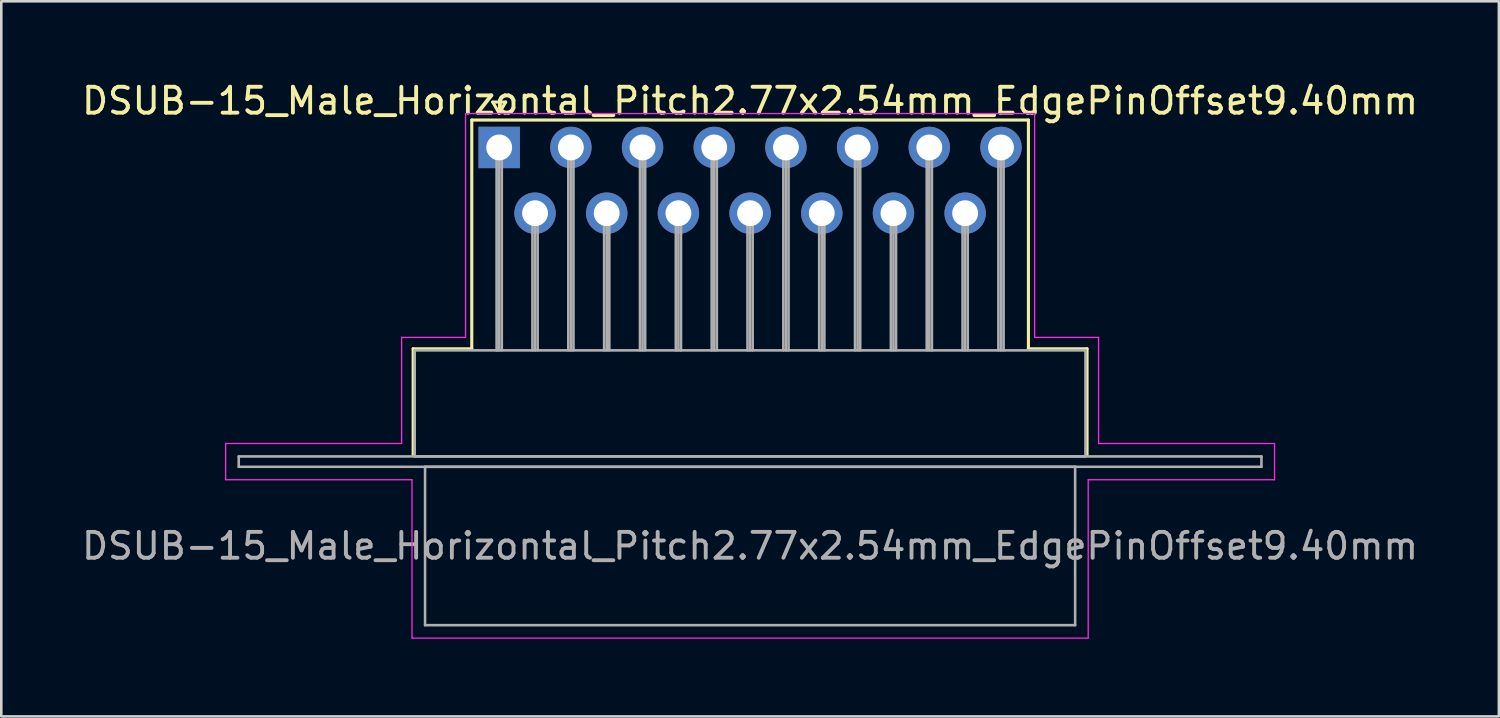
<source format=kicad_pcb>
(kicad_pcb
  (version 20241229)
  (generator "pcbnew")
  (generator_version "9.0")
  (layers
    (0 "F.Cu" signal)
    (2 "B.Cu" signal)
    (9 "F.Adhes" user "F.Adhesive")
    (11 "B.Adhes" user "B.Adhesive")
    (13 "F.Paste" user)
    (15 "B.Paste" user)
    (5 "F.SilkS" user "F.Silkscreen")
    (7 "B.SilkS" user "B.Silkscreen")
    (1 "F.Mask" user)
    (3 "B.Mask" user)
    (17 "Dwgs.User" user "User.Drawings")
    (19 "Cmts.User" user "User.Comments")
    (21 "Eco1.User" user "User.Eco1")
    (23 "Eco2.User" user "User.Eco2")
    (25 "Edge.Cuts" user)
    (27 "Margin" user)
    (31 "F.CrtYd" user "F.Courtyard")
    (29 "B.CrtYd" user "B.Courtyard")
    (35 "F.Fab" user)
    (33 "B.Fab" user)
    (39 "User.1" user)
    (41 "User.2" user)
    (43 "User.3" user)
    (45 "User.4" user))
  (footprint "DSUB-15_Male_Horizontal_Pitch2.77x2.54mm_EdgePinOffset9.40mm"
    (layer "F.Cu")
    (at 16.24 2.648)
    (property "Reference" "DSUB-15_Male_Horizontal_Pitch2.77x2.54mm_EdgePinOffset9.40mm" (at 9.695 -1.8 0) (layer "F.SilkS") (effects (font (size 1 1) (thickness 0.15))))
    (attr through_hole)
    (fp_line (start -3.325 7.78) (end -1.06 7.78) (stroke (width 0.12) (type solid)) (layer "F.SilkS"))
    (fp_line (start -3.325 11.88) (end -3.325 7.78) (stroke (width 0.12) (type solid)) (layer "F.SilkS"))
    (fp_line (start -1.06 -1.06) (end 20.45 -1.06) (stroke (width 0.12) (type solid)) (layer "F.SilkS"))
    (fp_line (start -1.06 7.78) (end -1.06 -1.06) (stroke (width 0.12) (type solid)) (layer "F.SilkS"))
    (fp_line (start -0.25 -1.754) (end 0.25 -1.754) (stroke (width 0.12) (type solid)) (layer "F.SilkS"))
    (fp_line (start 0 -1.321) (end -0.25 -1.754) (stroke (width 0.12) (type solid)) (layer "F.SilkS"))
    (fp_line (start 0.25 -1.754) (end 0 -1.321) (stroke (width 0.12) (type solid)) (layer "F.SilkS"))
    (fp_line (start 20.45 -1.06) (end 20.45 7.78) (stroke (width 0.12) (type solid)) (layer "F.SilkS"))
    (fp_line (start 20.45 7.78) (end 22.715 7.78) (stroke (width 0.12) (type solid)) (layer "F.SilkS"))
    (fp_line (start 22.715 7.78) (end 22.715 11.88) (stroke (width 0.12) (type solid)) (layer "F.SilkS"))
    (fp_line (start -10.57 11.44) (end -3.77 11.44) (stroke (width 0.05) (type solid)) (layer "F.CrtYd"))
    (fp_line (start -10.57 12.84) (end -10.57 11.44) (stroke (width 0.05) (type solid)) (layer "F.CrtYd"))
    (fp_line (start -3.77 7.34) (end -1.3 7.34) (stroke (width 0.05) (type solid)) (layer "F.CrtYd"))
    (fp_line (start -3.77 11.44) (end -3.77 7.34) (stroke (width 0.05) (type solid)) (layer "F.CrtYd"))
    (fp_line (start -3.37 12.84) (end -10.57 12.84) (stroke (width 0.05) (type solid)) (layer "F.CrtYd"))
    (fp_line (start -3.37 18.96) (end -3.37 12.84) (stroke (width 0.05) (type solid)) (layer "F.CrtYd"))
    (fp_line (start -1.3 -1.31) (end 20.69 -1.31) (stroke (width 0.05) (type solid)) (layer "F.CrtYd"))
    (fp_line (start -1.3 7.34) (end -1.3 -1.31) (stroke (width 0.05) (type solid)) (layer "F.CrtYd"))
    (fp_line (start 20.69 -1.31) (end 20.69 7.34) (stroke (width 0.05) (type solid)) (layer "F.CrtYd"))
    (fp_line (start 20.69 7.34) (end 23.16 7.34) (stroke (width 0.05) (type solid)) (layer "F.CrtYd"))
    (fp_line (start 22.76 12.84) (end 22.76 18.96) (stroke (width 0.05) (type solid)) (layer "F.CrtYd"))
    (fp_line (start 22.76 18.96) (end -3.37 18.96) (stroke (width 0.05) (type solid)) (layer "F.CrtYd"))
    (fp_line (start 23.16 7.34) (end 23.16 11.44) (stroke (width 0.05) (type solid)) (layer "F.CrtYd"))
    (fp_line (start 23.16 11.44) (end 29.96 11.44) (stroke (width 0.05) (type solid)) (layer "F.CrtYd"))
    (fp_line (start 29.96 11.44) (end 29.96 12.84) (stroke (width 0.05) (type solid)) (layer "F.CrtYd"))
    (fp_line (start 29.96 12.84) (end 22.76 12.84) (stroke (width 0.05) (type solid)) (layer "F.CrtYd"))
    (fp_line (start -10.065 11.94) (end -10.065 12.34) (stroke (width 0.1) (type solid)) (layer "F.Fab"))
    (fp_line (start -10.065 12.34) (end 29.455 12.34) (stroke (width 0.1) (type solid)) (layer "F.Fab"))
    (fp_line (start -3.265 7.84) (end -3.265 11.94) (stroke (width 0.1) (type solid)) (layer "F.Fab"))
    (fp_line (start -3.265 11.94) (end 22.655 11.94) (stroke (width 0.1) (type solid)) (layer "F.Fab"))
    (fp_line (start -2.865 12.34) (end -2.865 18.46) (stroke (width 0.1) (type solid)) (layer "F.Fab"))
    (fp_line (start -2.865 18.46) (end 22.255 18.46) (stroke (width 0.1) (type solid)) (layer "F.Fab"))
    (fp_line (start -0.1 0) (end -0.1 7.84) (stroke (width 0.1) (type solid)) (layer "F.Fab"))
    (fp_line (start 0 0) (end 0 7.84) (stroke (width 0.1) (type solid)) (layer "F.Fab"))
    (fp_line (start 0.1 0) (end 0.1 7.84) (stroke (width 0.1) (type solid)) (layer "F.Fab"))
    (fp_line (start 1.285 2.54) (end 1.285 7.84) (stroke (width 0.1) (type solid)) (layer "F.Fab"))
    (fp_line (start 1.385 2.54) (end 1.385 7.84) (stroke (width 0.1) (type solid)) (layer "F.Fab"))
    (fp_line (start 1.485 2.54) (end 1.485 7.84) (stroke (width 0.1) (type solid)) (layer "F.Fab"))
    (fp_line (start 2.67 0) (end 2.67 7.84) (stroke (width 0.1) (type solid)) (layer "F.Fab"))
    (fp_line (start 2.77 0) (end 2.77 7.84) (stroke (width 0.1) (type solid)) (layer "F.Fab"))
    (fp_line (start 2.87 0) (end 2.87 7.84) (stroke (width 0.1) (type solid)) (layer "F.Fab"))
    (fp_line (start 4.055 2.54) (end 4.055 7.84) (stroke (width 0.1) (type solid)) (layer "F.Fab"))
    (fp_line (start 4.155 2.54) (end 4.155 7.84) (stroke (width 0.1) (type solid)) (layer "F.Fab"))
    (fp_line (start 4.255 2.54) (end 4.255 7.84) (stroke (width 0.1) (type solid)) (layer "F.Fab"))
    (fp_line (start 5.44 0) (end 5.44 7.84) (stroke (width 0.1) (type solid)) (layer "F.Fab"))
    (fp_line (start 5.54 0) (end 5.54 7.84) (stroke (width 0.1) (type solid)) (layer "F.Fab"))
    (fp_line (start 5.64 0) (end 5.64 7.84) (stroke (width 0.1) (type solid)) (layer "F.Fab"))
    (fp_line (start 6.825 2.54) (end 6.825 7.84) (stroke (width 0.1) (type solid)) (layer "F.Fab"))
    (fp_line (start 6.925 2.54) (end 6.925 7.84) (stroke (width 0.1) (type solid)) (layer "F.Fab"))
    (fp_line (start 7.025 2.54) (end 7.025 7.84) (stroke (width 0.1) (type solid)) (layer "F.Fab"))
    (fp_line (start 8.21 0) (end 8.21 7.84) (stroke (width 0.1) (type solid)) (layer "F.Fab"))
    (fp_line (start 8.31 0) (end 8.31 7.84) (stroke (width 0.1) (type solid)) (layer "F.Fab"))
    (fp_line (start 8.41 0) (end 8.41 7.84) (stroke (width 0.1) (type solid)) (layer "F.Fab"))
    (fp_line (start 9.595 2.54) (end 9.595 7.84) (stroke (width 0.1) (type solid)) (layer "F.Fab"))
    (fp_line (start 9.695 2.54) (end 9.695 7.84) (stroke (width 0.1) (type solid)) (layer "F.Fab"))
    (fp_line (start 9.795 2.54) (end 9.795 7.84) (stroke (width 0.1) (type solid)) (layer "F.Fab"))
    (fp_line (start 10.98 0) (end 10.98 7.84) (stroke (width 0.1) (type solid)) (layer "F.Fab"))
    (fp_line (start 11.08 0) (end 11.08 7.84) (stroke (width 0.1) (type solid)) (layer "F.Fab"))
    (fp_line (start 11.18 0) (end 11.18 7.84) (stroke (width 0.1) (type solid)) (layer "F.Fab"))
    (fp_line (start 12.365 2.54) (end 12.365 7.84) (stroke (width 0.1) (type solid)) (layer "F.Fab"))
    (fp_line (start 12.465 2.54) (end 12.465 7.84) (stroke (width 0.1) (type solid)) (layer "F.Fab"))
    (fp_line (start 12.565 2.54) (end 12.565 7.84) (stroke (width 0.1) (type solid)) (layer "F.Fab"))
    (fp_line (start 13.75 0) (end 13.75 7.84) (stroke (width 0.1) (type solid)) (layer "F.Fab"))
    (fp_line (start 13.85 0) (end 13.85 7.84) (stroke (width 0.1) (type solid)) (layer "F.Fab"))
    (fp_line (start 13.95 0) (end 13.95 7.84) (stroke (width 0.1) (type solid)) (layer "F.Fab"))
    (fp_line (start 15.135 2.54) (end 15.135 7.84) (stroke (width 0.1) (type solid)) (layer "F.Fab"))
    (fp_line (start 15.235 2.54) (end 15.235 7.84) (stroke (width 0.1) (type solid)) (layer "F.Fab"))
    (fp_line (start 15.335 2.54) (end 15.335 7.84) (stroke (width 0.1) (type solid)) (layer "F.Fab"))
    (fp_line (start 16.52 0) (end 16.52 7.84) (stroke (width 0.1) (type solid)) (layer "F.Fab"))
    (fp_line (start 16.62 0) (end 16.62 7.84) (stroke (width 0.1) (type solid)) (layer "F.Fab"))
    (fp_line (start 16.72 0) (end 16.72 7.84) (stroke (width 0.1) (type solid)) (layer "F.Fab"))
    (fp_line (start 17.905 2.54) (end 17.905 7.84) (stroke (width 0.1) (type solid)) (layer "F.Fab"))
    (fp_line (start 18.005 2.54) (end 18.005 7.84) (stroke (width 0.1) (type solid)) (layer "F.Fab"))
    (fp_line (start 18.105 2.54) (end 18.105 7.84) (stroke (width 0.1) (type solid)) (layer "F.Fab"))
    (fp_line (start 19.29 0) (end 19.29 7.84) (stroke (width 0.1) (type solid)) (layer "F.Fab"))
    (fp_line (start 19.39 0) (end 19.39 7.84) (stroke (width 0.1) (type solid)) (layer "F.Fab"))
    (fp_line (start 19.49 0) (end 19.49 7.84) (stroke (width 0.1) (type solid)) (layer "F.Fab"))
    (fp_line (start 22.255 12.34) (end -2.865 12.34) (stroke (width 0.1) (type solid)) (layer "F.Fab"))
    (fp_line (start 22.255 18.46) (end 22.255 12.34) (stroke (width 0.1) (type solid)) (layer "F.Fab"))
    (fp_line (start 22.655 7.84) (end -3.265 7.84) (stroke (width 0.1) (type solid)) (layer "F.Fab"))
    (fp_line (start 22.655 11.94) (end 22.655 7.84) (stroke (width 0.1) (type solid)) (layer "F.Fab"))
    (fp_line (start 29.455 11.94) (end -10.065 11.94) (stroke (width 0.1) (type solid)) (layer "F.Fab"))
    (fp_line (start 29.455 12.34) (end 29.455 11.94) (stroke (width 0.1) (type solid)) (layer "F.Fab"))
    (fp_text user "${REFERENCE}" (at 9.695 15.4 0) (layer "F.Fab") (effects (font (size 1 1) (thickness 0.15))))
    (pad "1" thru_hole rect (at 0 0) (size 1.6 1.6) (drill 1) (layers "*.Cu" "*.Mask"))
    (pad "2" thru_hole circle (at 2.77 0) (size 1.6 1.6) (drill 1) (layers "*.Cu" "*.Mask"))
    (pad "3" thru_hole circle (at 5.54 0) (size 1.6 1.6) (drill 1) (layers "*.Cu" "*.Mask"))
    (pad "4" thru_hole circle (at 8.31 0) (size 1.6 1.6) (drill 1) (layers "*.Cu" "*.Mask"))
    (pad "5" thru_hole circle (at 11.08 0) (size 1.6 1.6) (drill 1) (layers "*.Cu" "*.Mask"))
    (pad "6" thru_hole circle (at 13.85 0) (size 1.6 1.6) (drill 1) (layers "*.Cu" "*.Mask"))
    (pad "7" thru_hole circle (at 16.62 0) (size 1.6 1.6) (drill 1) (layers "*.Cu" "*.Mask"))
    (pad "8" thru_hole circle (at 19.39 0) (size 1.6 1.6) (drill 1) (layers "*.Cu" "*.Mask"))
    (pad "9" thru_hole circle (at 1.385 2.54) (size 1.6 1.6) (drill 1) (layers "*.Cu" "*.Mask"))
    (pad "10" thru_hole circle (at 4.155 2.54) (size 1.6 1.6) (drill 1) (layers "*.Cu" "*.Mask"))
    (pad "11" thru_hole circle (at 6.925 2.54) (size 1.6 1.6) (drill 1) (layers "*.Cu" "*.Mask"))
    (pad "12" thru_hole circle (at 9.695 2.54) (size 1.6 1.6) (drill 1) (layers "*.Cu" "*.Mask"))
    (pad "13" thru_hole circle (at 12.465 2.54) (size 1.6 1.6) (drill 1) (layers "*.Cu" "*.Mask"))
    (pad "14" thru_hole circle (at 15.235 2.54) (size 1.6 1.6) (drill 1) (layers "*.Cu" "*.Mask"))
    (pad "15" thru_hole circle (at 18.005 2.54) (size 1.6 1.6) (drill 1) (layers "*.Cu" "*.Mask")))
  (gr_rect
    (start -3 -3)
    (end 54.869 24.633)
    (stroke (width 0.1) (type default))
    (fill no)
    (layer "Edge.Cuts")))
</source>
